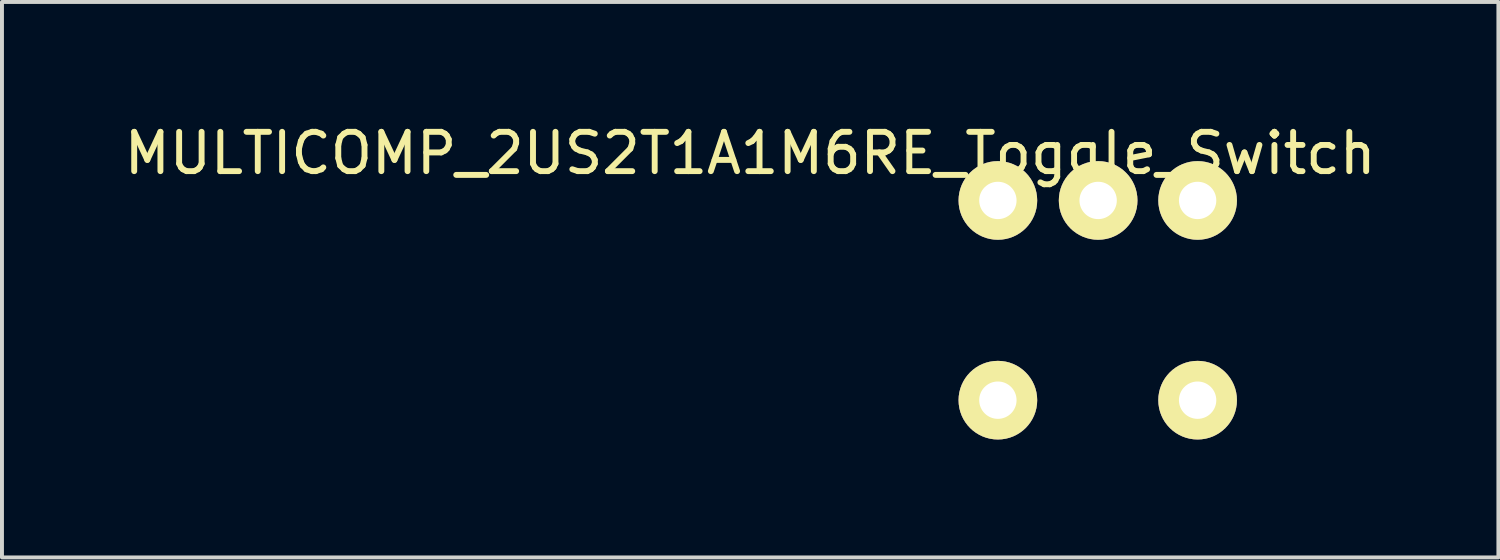
<source format=kicad_pcb>
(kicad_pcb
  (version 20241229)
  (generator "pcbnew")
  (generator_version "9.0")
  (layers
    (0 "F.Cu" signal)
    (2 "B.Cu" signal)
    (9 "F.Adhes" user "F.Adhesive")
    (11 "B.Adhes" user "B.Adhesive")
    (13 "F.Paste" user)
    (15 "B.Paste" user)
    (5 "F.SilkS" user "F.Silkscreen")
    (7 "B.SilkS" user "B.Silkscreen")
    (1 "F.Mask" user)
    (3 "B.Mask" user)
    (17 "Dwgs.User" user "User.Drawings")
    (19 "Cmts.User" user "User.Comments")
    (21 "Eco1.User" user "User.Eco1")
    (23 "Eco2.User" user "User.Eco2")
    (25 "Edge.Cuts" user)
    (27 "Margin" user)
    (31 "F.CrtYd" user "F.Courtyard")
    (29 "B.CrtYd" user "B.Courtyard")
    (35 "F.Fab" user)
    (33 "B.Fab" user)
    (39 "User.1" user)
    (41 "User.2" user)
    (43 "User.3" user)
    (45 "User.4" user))
  (footprint "MULTICOMP_2US2T1A1M6RE_Toggle_Switch"
    (layer "F.Cu")
    (at 22.33 2.048)
    (property "Reference" "MULTICOMP_2US2T1A1M6RE_Toggle_Switch" (at -6.3 -1.2 0) (layer "F.SilkS") (effects (font (size 1 1) (thickness 0.15))))
    (attr through_hole)
    (pad "1" thru_hole circle (at 0 0) (size 2 2) (drill 0.95) (layers "*.Cu" "*.Mask" "F.SilkS"))
    (pad "1" thru_hole circle (at 0 5.08) (size 2 2) (drill 0.95) (layers "*.Cu" "*.Mask" "F.SilkS"))
    (pad "1" thru_hole circle (at 2.55 0) (size 2 2) (drill 0.95) (layers "*.Cu" "*.Mask" "F.SilkS"))
    (pad "1" thru_hole circle (at 5.08 0) (size 2 2) (drill 0.95) (layers "*.Cu" "*.Mask" "F.SilkS"))
    (pad "1" thru_hole circle (at 5.08 5.08) (size 2 2) (drill 0.95) (layers "*.Cu" "*.Mask" "F.SilkS")))
  (gr_rect
    (start -3 -3)
    (end 35.06 11.128)
    (stroke (width 0.1) (type default))
    (fill no)
    (layer "Edge.Cuts")))
</source>
